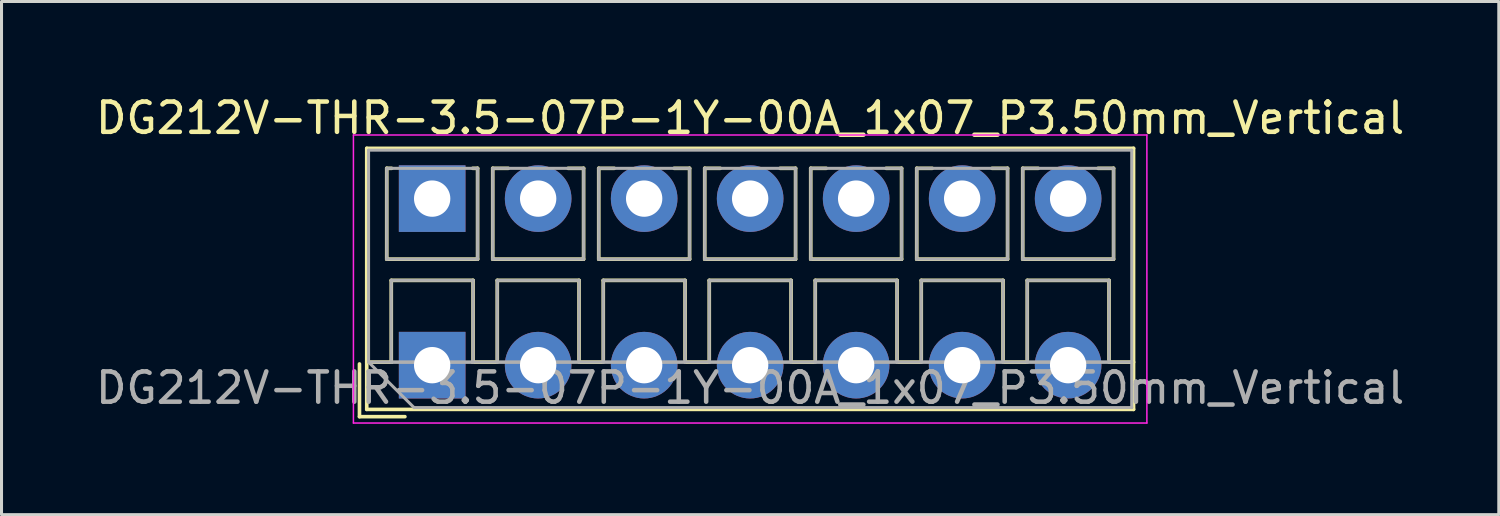
<source format=kicad_pcb>
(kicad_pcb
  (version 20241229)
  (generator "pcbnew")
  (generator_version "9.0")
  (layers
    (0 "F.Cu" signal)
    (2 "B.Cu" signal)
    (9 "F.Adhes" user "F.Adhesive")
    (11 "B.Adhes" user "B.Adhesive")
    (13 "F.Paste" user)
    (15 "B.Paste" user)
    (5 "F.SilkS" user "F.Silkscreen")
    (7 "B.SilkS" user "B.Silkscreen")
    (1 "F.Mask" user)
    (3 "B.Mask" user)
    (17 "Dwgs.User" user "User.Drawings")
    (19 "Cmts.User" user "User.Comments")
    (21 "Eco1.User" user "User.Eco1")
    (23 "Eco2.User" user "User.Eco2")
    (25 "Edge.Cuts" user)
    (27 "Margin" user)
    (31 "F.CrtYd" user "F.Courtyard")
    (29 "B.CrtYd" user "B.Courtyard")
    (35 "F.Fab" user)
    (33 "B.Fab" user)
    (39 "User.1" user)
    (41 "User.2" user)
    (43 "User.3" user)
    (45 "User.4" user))
  (footprint "DG212V-THR-3.5-07P-1Y-00A_1x07_P3.50mm_Vertical"
    (layer "F.Cu")
    (at 11.22 9.008)
    (property "Reference" "DG212V-THR-3.5-07P-1Y-00A_1x07_P3.50mm_Vertical" (at 10.5 -8.16 0) (layer "F.SilkS") (effects (font (size 1 1) (thickness 0.15))))
    (attr through_hole)
    (fp_line (start -2.4 -0.04) (end -2.4 1.7) (stroke (width 0.12) (type solid)) (layer "F.SilkS"))
    (fp_line (start -2.4 1.7) (end -0.9 1.7) (stroke (width 0.12) (type solid)) (layer "F.SilkS"))
    (fp_line (start -2.16 -7.16) (end -2.16 1.46) (stroke (width 0.12) (type solid)) (layer "F.SilkS"))
    (fp_line (start -2.16 -7.16) (end 23.16 -7.16) (stroke (width 0.12) (type solid)) (layer "F.SilkS"))
    (fp_line (start -2.16 -0.1) (end -1.34 -0.1) (stroke (width 0.12) (type solid)) (layer "F.SilkS"))
    (fp_line (start -2.16 1.46) (end 23.16 1.46) (stroke (width 0.12) (type solid)) (layer "F.SilkS"))
    (fp_line (start -1.5 -6.5) (end -1.5 -3.5) (stroke (width 0.12) (type solid)) (layer "F.SilkS"))
    (fp_line (start -1.5 -6.5) (end -1.34 -6.5) (stroke (width 0.12) (type solid)) (layer "F.SilkS"))
    (fp_line (start -1.5 -3.5) (end 1.5 -3.5) (stroke (width 0.12) (type solid)) (layer "F.SilkS"))
    (fp_line (start -1.35 -2.8) (end -1.35 -0.1) (stroke (width 0.12) (type solid)) (layer "F.SilkS"))
    (fp_line (start -1.35 -2.8) (end 1.35 -2.8) (stroke (width 0.12) (type solid)) (layer "F.SilkS"))
    (fp_line (start -1.35 -0.1) (end -1.34 -0.1) (stroke (width 0.12) (type solid)) (layer "F.SilkS"))
    (fp_line (start 1.34 -6.5) (end 1.5 -6.5) (stroke (width 0.12) (type solid)) (layer "F.SilkS"))
    (fp_line (start 1.34 -0.1) (end 1.35 -0.1) (stroke (width 0.12) (type solid)) (layer "F.SilkS"))
    (fp_line (start 1.34 -0.1) (end 2.148 -0.1) (stroke (width 0.12) (type solid)) (layer "F.SilkS"))
    (fp_line (start 1.35 -2.8) (end 1.35 -0.1) (stroke (width 0.12) (type solid)) (layer "F.SilkS"))
    (fp_line (start 1.5 -6.5) (end 1.5 -3.5) (stroke (width 0.12) (type solid)) (layer "F.SilkS"))
    (fp_line (start 2 -6.5) (end 2 -3.5) (stroke (width 0.12) (type solid)) (layer "F.SilkS"))
    (fp_line (start 2 -6.5) (end 2.512 -6.5) (stroke (width 0.12) (type solid)) (layer "F.SilkS"))
    (fp_line (start 2 -3.5) (end 5 -3.5) (stroke (width 0.12) (type solid)) (layer "F.SilkS"))
    (fp_line (start 2.15 -2.8) (end 2.15 -0.183) (stroke (width 0.12) (type solid)) (layer "F.SilkS"))
    (fp_line (start 2.15 -2.8) (end 4.85 -2.8) (stroke (width 0.12) (type solid)) (layer "F.SilkS"))
    (fp_line (start 4.489 -6.5) (end 5 -6.5) (stroke (width 0.12) (type solid)) (layer "F.SilkS"))
    (fp_line (start 4.85 -2.8) (end 4.85 -0.183) (stroke (width 0.12) (type solid)) (layer "F.SilkS"))
    (fp_line (start 4.853 -0.1) (end 5.648 -0.1) (stroke (width 0.12) (type solid)) (layer "F.SilkS"))
    (fp_line (start 5 -6.5) (end 5 -3.5) (stroke (width 0.12) (type solid)) (layer "F.SilkS"))
    (fp_line (start 5.5 -6.5) (end 5.5 -3.5) (stroke (width 0.12) (type solid)) (layer "F.SilkS"))
    (fp_line (start 5.5 -6.5) (end 6.012 -6.5) (stroke (width 0.12) (type solid)) (layer "F.SilkS"))
    (fp_line (start 5.5 -3.5) (end 8.5 -3.5) (stroke (width 0.12) (type solid)) (layer "F.SilkS"))
    (fp_line (start 5.65 -2.8) (end 5.65 -0.183) (stroke (width 0.12) (type solid)) (layer "F.SilkS"))
    (fp_line (start 5.65 -2.8) (end 8.351 -2.8) (stroke (width 0.12) (type solid)) (layer "F.SilkS"))
    (fp_line (start 7.989 -6.5) (end 8.5 -6.5) (stroke (width 0.12) (type solid)) (layer "F.SilkS"))
    (fp_line (start 8.351 -2.8) (end 8.351 -0.183) (stroke (width 0.12) (type solid)) (layer "F.SilkS"))
    (fp_line (start 8.353 -0.1) (end 9.148 -0.1) (stroke (width 0.12) (type solid)) (layer "F.SilkS"))
    (fp_line (start 8.5 -6.5) (end 8.5 -3.5) (stroke (width 0.12) (type solid)) (layer "F.SilkS"))
    (fp_line (start 9 -6.5) (end 9 -3.5) (stroke (width 0.12) (type solid)) (layer "F.SilkS"))
    (fp_line (start 9 -6.5) (end 9.512 -6.5) (stroke (width 0.12) (type solid)) (layer "F.SilkS"))
    (fp_line (start 9 -3.5) (end 12 -3.5) (stroke (width 0.12) (type solid)) (layer "F.SilkS"))
    (fp_line (start 9.15 -2.8) (end 9.15 -0.183) (stroke (width 0.12) (type solid)) (layer "F.SilkS"))
    (fp_line (start 9.15 -2.8) (end 11.851 -2.8) (stroke (width 0.12) (type solid)) (layer "F.SilkS"))
    (fp_line (start 11.489 -6.5) (end 12 -6.5) (stroke (width 0.12) (type solid)) (layer "F.SilkS"))
    (fp_line (start 11.851 -2.8) (end 11.851 -0.183) (stroke (width 0.12) (type solid)) (layer "F.SilkS"))
    (fp_line (start 11.853 -0.1) (end 12.648 -0.1) (stroke (width 0.12) (type solid)) (layer "F.SilkS"))
    (fp_line (start 12 -6.5) (end 12 -3.5) (stroke (width 0.12) (type solid)) (layer "F.SilkS"))
    (fp_line (start 12.5 -6.5) (end 12.5 -3.5) (stroke (width 0.12) (type solid)) (layer "F.SilkS"))
    (fp_line (start 12.5 -6.5) (end 13.012 -6.5) (stroke (width 0.12) (type solid)) (layer "F.SilkS"))
    (fp_line (start 12.5 -3.5) (end 15.5 -3.5) (stroke (width 0.12) (type solid)) (layer "F.SilkS"))
    (fp_line (start 12.65 -2.8) (end 12.65 -0.183) (stroke (width 0.12) (type solid)) (layer "F.SilkS"))
    (fp_line (start 12.65 -2.8) (end 15.351 -2.8) (stroke (width 0.12) (type solid)) (layer "F.SilkS"))
    (fp_line (start 14.989 -6.5) (end 15.5 -6.5) (stroke (width 0.12) (type solid)) (layer "F.SilkS"))
    (fp_line (start 15.351 -2.8) (end 15.351 -0.183) (stroke (width 0.12) (type solid)) (layer "F.SilkS"))
    (fp_line (start 15.353 -0.1) (end 16.148 -0.1) (stroke (width 0.12) (type solid)) (layer "F.SilkS"))
    (fp_line (start 15.5 -6.5) (end 15.5 -3.5) (stroke (width 0.12) (type solid)) (layer "F.SilkS"))
    (fp_line (start 16 -6.5) (end 16 -3.5) (stroke (width 0.12) (type solid)) (layer "F.SilkS"))
    (fp_line (start 16 -6.5) (end 16.512 -6.5) (stroke (width 0.12) (type solid)) (layer "F.SilkS"))
    (fp_line (start 16 -3.5) (end 19 -3.5) (stroke (width 0.12) (type solid)) (layer "F.SilkS"))
    (fp_line (start 16.15 -2.8) (end 16.15 -0.183) (stroke (width 0.12) (type solid)) (layer "F.SilkS"))
    (fp_line (start 16.15 -2.8) (end 18.85 -2.8) (stroke (width 0.12) (type solid)) (layer "F.SilkS"))
    (fp_line (start 18.489 -6.5) (end 19 -6.5) (stroke (width 0.12) (type solid)) (layer "F.SilkS"))
    (fp_line (start 18.85 -2.8) (end 18.85 -0.183) (stroke (width 0.12) (type solid)) (layer "F.SilkS"))
    (fp_line (start 18.853 -0.1) (end 19.648 -0.1) (stroke (width 0.12) (type solid)) (layer "F.SilkS"))
    (fp_line (start 19 -6.5) (end 19 -3.5) (stroke (width 0.12) (type solid)) (layer "F.SilkS"))
    (fp_line (start 19.5 -6.5) (end 19.5 -3.5) (stroke (width 0.12) (type solid)) (layer "F.SilkS"))
    (fp_line (start 19.5 -6.5) (end 20.012 -6.5) (stroke (width 0.12) (type solid)) (layer "F.SilkS"))
    (fp_line (start 19.5 -3.5) (end 22.5 -3.5) (stroke (width 0.12) (type solid)) (layer "F.SilkS"))
    (fp_line (start 19.65 -2.8) (end 19.65 -0.183) (stroke (width 0.12) (type solid)) (layer "F.SilkS"))
    (fp_line (start 19.65 -2.8) (end 22.35 -2.8) (stroke (width 0.12) (type solid)) (layer "F.SilkS"))
    (fp_line (start 21.989 -6.5) (end 22.5 -6.5) (stroke (width 0.12) (type solid)) (layer "F.SilkS"))
    (fp_line (start 22.35 -2.8) (end 22.35 -0.183) (stroke (width 0.12) (type solid)) (layer "F.SilkS"))
    (fp_line (start 22.353 -0.1) (end 23.16 -0.1) (stroke (width 0.12) (type solid)) (layer "F.SilkS"))
    (fp_line (start 22.5 -6.5) (end 22.5 -3.5) (stroke (width 0.12) (type solid)) (layer "F.SilkS"))
    (fp_line (start 23.16 -7.16) (end 23.16 1.46) (stroke (width 0.12) (type solid)) (layer "F.SilkS"))
    (fp_line (start -2.6 -7.6) (end -2.6 1.91) (stroke (width 0.05) (type solid)) (layer "F.CrtYd"))
    (fp_line (start -2.6 1.91) (end 23.6 1.91) (stroke (width 0.05) (type solid)) (layer "F.CrtYd"))
    (fp_line (start 23.6 -7.6) (end -2.6 -7.6) (stroke (width 0.05) (type solid)) (layer "F.CrtYd"))
    (fp_line (start 23.6 1.91) (end 23.6 -7.6) (stroke (width 0.05) (type solid)) (layer "F.CrtYd"))
    (fp_line (start -2.1 -7.1) (end 23.1 -7.1) (stroke (width 0.1) (type solid)) (layer "F.Fab"))
    (fp_line (start -2.1 -0.1) (end -2.1 -7.1) (stroke (width 0.1) (type solid)) (layer "F.Fab"))
    (fp_line (start -2.1 -0.1) (end 23.1 -0.1) (stroke (width 0.1) (type solid)) (layer "F.Fab"))
    (fp_line (start -1.5 -6.5) (end -1.5 -3.5) (stroke (width 0.1) (type solid)) (layer "F.Fab"))
    (fp_line (start -1.5 -3.5) (end 1.5 -3.5) (stroke (width 0.1) (type solid)) (layer "F.Fab"))
    (fp_line (start -1.35 -2.8) (end -1.35 -0.1) (stroke (width 0.1) (type solid)) (layer "F.Fab"))
    (fp_line (start -1.35 -0.1) (end 1.35 -0.1) (stroke (width 0.1) (type solid)) (layer "F.Fab"))
    (fp_line (start -0.6 1.4) (end -2.1 -0.1) (stroke (width 0.1) (type solid)) (layer "F.Fab"))
    (fp_line (start 1.35 -2.8) (end -1.35 -2.8) (stroke (width 0.1) (type solid)) (layer "F.Fab"))
    (fp_line (start 1.35 -0.1) (end 1.35 -2.8) (stroke (width 0.1) (type solid)) (layer "F.Fab"))
    (fp_line (start 1.5 -6.5) (end -1.5 -6.5) (stroke (width 0.1) (type solid)) (layer "F.Fab"))
    (fp_line (start 1.5 -3.5) (end 1.5 -6.5) (stroke (width 0.1) (type solid)) (layer "F.Fab"))
    (fp_line (start 2 -6.5) (end 2 -3.5) (stroke (width 0.1) (type solid)) (layer "F.Fab"))
    (fp_line (start 2 -3.5) (end 5 -3.5) (stroke (width 0.1) (type solid)) (layer "F.Fab"))
    (fp_line (start 2.15 -2.8) (end 2.15 -0.1) (stroke (width 0.1) (type solid)) (layer "F.Fab"))
    (fp_line (start 2.15 -0.1) (end 4.85 -0.1) (stroke (width 0.1) (type solid)) (layer "F.Fab"))
    (fp_line (start 4.85 -2.8) (end 2.15 -2.8) (stroke (width 0.1) (type solid)) (layer "F.Fab"))
    (fp_line (start 4.85 -0.1) (end 4.85 -2.8) (stroke (width 0.1) (type solid)) (layer "F.Fab"))
    (fp_line (start 5 -6.5) (end 2 -6.5) (stroke (width 0.1) (type solid)) (layer "F.Fab"))
    (fp_line (start 5 -3.5) (end 5 -6.5) (stroke (width 0.1) (type solid)) (layer "F.Fab"))
    (fp_line (start 5.5 -6.5) (end 5.5 -3.5) (stroke (width 0.1) (type solid)) (layer "F.Fab"))
    (fp_line (start 5.5 -3.5) (end 8.5 -3.5) (stroke (width 0.1) (type solid)) (layer "F.Fab"))
    (fp_line (start 5.65 -2.8) (end 5.65 -0.1) (stroke (width 0.1) (type solid)) (layer "F.Fab"))
    (fp_line (start 5.65 -0.1) (end 8.351 -0.1) (stroke (width 0.1) (type solid)) (layer "F.Fab"))
    (fp_line (start 8.351 -2.8) (end 5.65 -2.8) (stroke (width 0.1) (type solid)) (layer "F.Fab"))
    (fp_line (start 8.351 -0.1) (end 8.351 -2.8) (stroke (width 0.1) (type solid)) (layer "F.Fab"))
    (fp_line (start 8.5 -6.5) (end 5.5 -6.5) (stroke (width 0.1) (type solid)) (layer "F.Fab"))
    (fp_line (start 8.5 -3.5) (end 8.5 -6.5) (stroke (width 0.1) (type solid)) (layer "F.Fab"))
    (fp_line (start 9 -6.5) (end 9 -3.5) (stroke (width 0.1) (type solid)) (layer "F.Fab"))
    (fp_line (start 9 -3.5) (end 12 -3.5) (stroke (width 0.1) (type solid)) (layer "F.Fab"))
    (fp_line (start 9.15 -2.8) (end 9.15 -0.1) (stroke (width 0.1) (type solid)) (layer "F.Fab"))
    (fp_line (start 9.15 -0.1) (end 11.851 -0.1) (stroke (width 0.1) (type solid)) (layer "F.Fab"))
    (fp_line (start 11.851 -2.8) (end 9.15 -2.8) (stroke (width 0.1) (type solid)) (layer "F.Fab"))
    (fp_line (start 11.851 -0.1) (end 11.851 -2.8) (stroke (width 0.1) (type solid)) (layer "F.Fab"))
    (fp_line (start 12 -6.5) (end 9 -6.5) (stroke (width 0.1) (type solid)) (layer "F.Fab"))
    (fp_line (start 12 -3.5) (end 12 -6.5) (stroke (width 0.1) (type solid)) (layer "F.Fab"))
    (fp_line (start 12.5 -6.5) (end 12.5 -3.5) (stroke (width 0.1) (type solid)) (layer "F.Fab"))
    (fp_line (start 12.5 -3.5) (end 15.5 -3.5) (stroke (width 0.1) (type solid)) (layer "F.Fab"))
    (fp_line (start 12.65 -2.8) (end 12.65 -0.1) (stroke (width 0.1) (type solid)) (layer "F.Fab"))
    (fp_line (start 12.65 -0.1) (end 15.351 -0.1) (stroke (width 0.1) (type solid)) (layer "F.Fab"))
    (fp_line (start 15.351 -2.8) (end 12.65 -2.8) (stroke (width 0.1) (type solid)) (layer "F.Fab"))
    (fp_line (start 15.351 -0.1) (end 15.351 -2.8) (stroke (width 0.1) (type solid)) (layer "F.Fab"))
    (fp_line (start 15.5 -6.5) (end 12.5 -6.5) (stroke (width 0.1) (type solid)) (layer "F.Fab"))
    (fp_line (start 15.5 -3.5) (end 15.5 -6.5) (stroke (width 0.1) (type solid)) (layer "F.Fab"))
    (fp_line (start 16 -6.5) (end 16 -3.5) (stroke (width 0.1) (type solid)) (layer "F.Fab"))
    (fp_line (start 16 -3.5) (end 19 -3.5) (stroke (width 0.1) (type solid)) (layer "F.Fab"))
    (fp_line (start 16.15 -2.8) (end 16.15 -0.1) (stroke (width 0.1) (type solid)) (layer "F.Fab"))
    (fp_line (start 16.15 -0.1) (end 18.85 -0.1) (stroke (width 0.1) (type solid)) (layer "F.Fab"))
    (fp_line (start 18.85 -2.8) (end 16.15 -2.8) (stroke (width 0.1) (type solid)) (layer "F.Fab"))
    (fp_line (start 18.85 -0.1) (end 18.85 -2.8) (stroke (width 0.1) (type solid)) (layer "F.Fab"))
    (fp_line (start 19 -6.5) (end 16 -6.5) (stroke (width 0.1) (type solid)) (layer "F.Fab"))
    (fp_line (start 19 -3.5) (end 19 -6.5) (stroke (width 0.1) (type solid)) (layer "F.Fab"))
    (fp_line (start 19.5 -6.5) (end 19.5 -3.5) (stroke (width 0.1) (type solid)) (layer "F.Fab"))
    (fp_line (start 19.5 -3.5) (end 22.5 -3.5) (stroke (width 0.1) (type solid)) (layer "F.Fab"))
    (fp_line (start 19.65 -2.8) (end 19.65 -0.1) (stroke (width 0.1) (type solid)) (layer "F.Fab"))
    (fp_line (start 19.65 -0.1) (end 22.35 -0.1) (stroke (width 0.1) (type solid)) (layer "F.Fab"))
    (fp_line (start 22.35 -2.8) (end 19.65 -2.8) (stroke (width 0.1) (type solid)) (layer "F.Fab"))
    (fp_line (start 22.35 -0.1) (end 22.35 -2.8) (stroke (width 0.1) (type solid)) (layer "F.Fab"))
    (fp_line (start 22.5 -6.5) (end 19.5 -6.5) (stroke (width 0.1) (type solid)) (layer "F.Fab"))
    (fp_line (start 22.5 -3.5) (end 22.5 -6.5) (stroke (width 0.1) (type solid)) (layer "F.Fab"))
    (fp_line (start 23.1 -7.1) (end 23.1 1.4) (stroke (width 0.1) (type solid)) (layer "F.Fab"))
    (fp_line (start 23.1 1.4) (end -0.6 1.4) (stroke (width 0.1) (type solid)) (layer "F.Fab"))
    (fp_text user "${REFERENCE}" (at 10.5 0.75 0) (layer "F.Fab") (effects (font (size 1 1) (thickness 0.15))))
    (pad "1" thru_hole rect (at 0 -5.5) (size 2.2 2.2) (drill 1.2) (layers "*.Cu" "*.Mask"))
    (pad "1" thru_hole rect (at 0 0) (size 2.2 2.2) (drill 1.2) (layers "*.Cu" "*.Mask"))
    (pad "2" thru_hole circle (at 3.5 -5.5) (size 2.2 2.2) (drill 1.2) (layers "*.Cu" "*.Mask"))
    (pad "2" thru_hole circle (at 3.5 0) (size 2.2 2.2) (drill 1.2) (layers "*.Cu" "*.Mask"))
    (pad "3" thru_hole circle (at 7 -5.5) (size 2.2 2.2) (drill 1.2) (layers "*.Cu" "*.Mask"))
    (pad "3" thru_hole circle (at 7 0) (size 2.2 2.2) (drill 1.2) (layers "*.Cu" "*.Mask"))
    (pad "4" thru_hole circle (at 10.5 -5.5) (size 2.2 2.2) (drill 1.2) (layers "*.Cu" "*.Mask"))
    (pad "4" thru_hole circle (at 10.5 0) (size 2.2 2.2) (drill 1.2) (layers "*.Cu" "*.Mask"))
    (pad "5" thru_hole circle (at 14 -5.5) (size 2.2 2.2) (drill 1.2) (layers "*.Cu" "*.Mask"))
    (pad "5" thru_hole circle (at 14 0) (size 2.2 2.2) (drill 1.2) (layers "*.Cu" "*.Mask"))
    (pad "6" thru_hole circle (at 17.5 -5.5) (size 2.2 2.2) (drill 1.2) (layers "*.Cu" "*.Mask"))
    (pad "6" thru_hole circle (at 17.5 0) (size 2.2 2.2) (drill 1.2) (layers "*.Cu" "*.Mask"))
    (pad "7" thru_hole circle (at 21 -5.5) (size 2.2 2.2) (drill 1.2) (layers "*.Cu" "*.Mask"))
    (pad "7" thru_hole circle (at 21 0) (size 2.2 2.2) (drill 1.2) (layers "*.Cu" "*.Mask")))
  (gr_rect
    (start -3 -3)
    (end 46.44 13.943)
    (stroke (width 0.1) (type default))
    (fill no)
    (layer "Edge.Cuts")))
</source>
